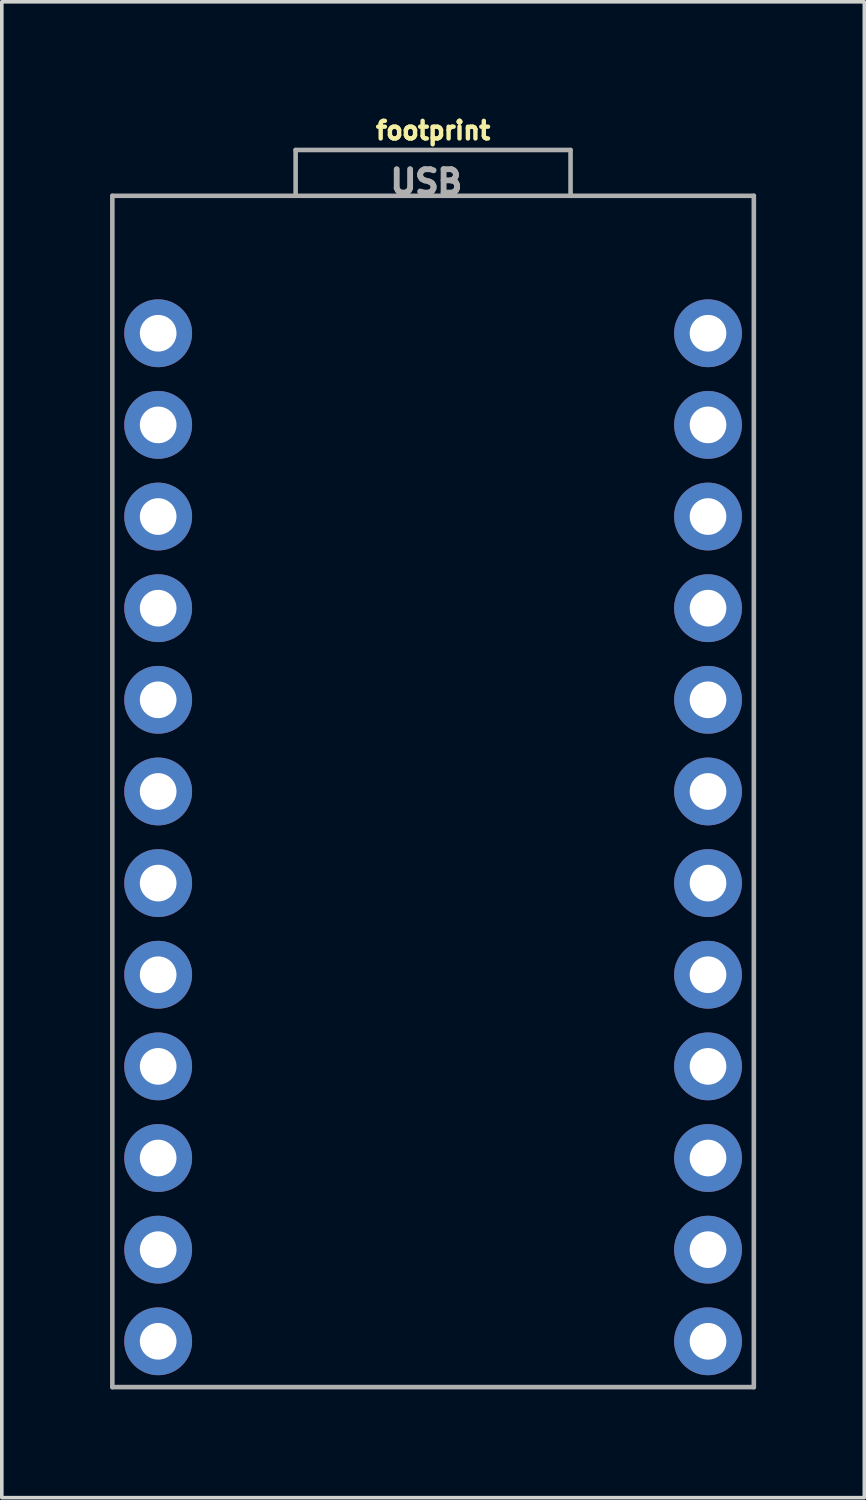
<source format=kicad_pcb>
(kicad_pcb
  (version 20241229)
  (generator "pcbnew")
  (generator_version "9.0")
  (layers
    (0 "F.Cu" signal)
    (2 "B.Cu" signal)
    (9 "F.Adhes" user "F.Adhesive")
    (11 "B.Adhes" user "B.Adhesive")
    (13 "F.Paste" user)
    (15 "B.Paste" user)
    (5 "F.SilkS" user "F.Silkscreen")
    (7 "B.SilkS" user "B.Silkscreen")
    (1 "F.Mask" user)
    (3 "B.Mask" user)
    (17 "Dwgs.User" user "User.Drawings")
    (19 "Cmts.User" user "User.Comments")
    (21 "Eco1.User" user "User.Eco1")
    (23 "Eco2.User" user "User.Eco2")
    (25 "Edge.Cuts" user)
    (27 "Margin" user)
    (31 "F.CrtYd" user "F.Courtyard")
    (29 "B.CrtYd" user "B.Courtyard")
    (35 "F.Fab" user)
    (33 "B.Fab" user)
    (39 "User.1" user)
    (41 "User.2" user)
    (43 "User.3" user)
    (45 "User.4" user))
  (footprint "footprint"
    (layer "F.Cu")
    (at 8.954 18.887)
    (property "Reference" "footprint" (at 0 -18.034 0) (layer "F.SilkS") (effects (font (size 0.488 0.488) (thickness 0.122)) (justify bottom)))
    (fp_line (start -8.89 -16.51) (end -8.89 16.51) (stroke (width 0.127) (type solid)) (layer "F.Fab"))
    (fp_line (start -8.89 16.51) (end 8.89 16.51) (stroke (width 0.127) (type solid)) (layer "F.Fab"))
    (fp_line (start -3.81 -17.78) (end 3.81 -17.78) (stroke (width 0.127) (type solid)) (layer "F.Fab"))
    (fp_line (start -3.81 -16.51) (end -3.81 -17.78) (stroke (width 0.127) (type solid)) (layer "F.Fab"))
    (fp_line (start 3.81 -17.78) (end 3.81 -16.51) (stroke (width 0.127) (type solid)) (layer "F.Fab"))
    (fp_line (start 8.89 -16.51) (end -8.89 -16.51) (stroke (width 0.127) (type solid)) (layer "F.Fab"))
    (fp_line (start 8.89 16.51) (end 8.89 -16.51) (stroke (width 0.127) (type solid)) (layer "F.Fab"))
    (fp_text user "USB" (at -1.27 -16.51 0) (layer "F.Fab") (effects (font (size 0.65 0.65) (thickness 0.163)) (justify left bottom)))
    (pad "1" thru_hole circle (at -7.62 -12.7) (size 1.88 1.88) (drill 1.016) (layers "*.Cu" "*.Mask"))
    (pad "2" thru_hole circle (at -7.62 -10.16) (size 1.88 1.88) (drill 1.016) (layers "*.Cu" "*.Mask"))
    (pad "3" thru_hole circle (at -7.62 -7.62) (size 1.88 1.88) (drill 1.016) (layers "*.Cu" "*.Mask"))
    (pad "4" thru_hole circle (at -7.62 -5.08) (size 1.88 1.88) (drill 1.016) (layers "*.Cu" "*.Mask"))
    (pad "5" thru_hole circle (at -7.62 -2.54) (size 1.88 1.88) (drill 1.016) (layers "*.Cu" "*.Mask"))
    (pad "6" thru_hole circle (at -7.62 0) (size 1.88 1.88) (drill 1.016) (layers "*.Cu" "*.Mask"))
    (pad "7" thru_hole circle (at -7.62 2.54) (size 1.88 1.88) (drill 1.016) (layers "*.Cu" "*.Mask"))
    (pad "8" thru_hole circle (at -7.62 5.08) (size 1.88 1.88) (drill 1.016) (layers "*.Cu" "*.Mask"))
    (pad "9" thru_hole circle (at -7.62 7.62) (size 1.88 1.88) (drill 1.016) (layers "*.Cu" "*.Mask"))
    (pad "10" thru_hole circle (at -7.62 10.16) (size 1.88 1.88) (drill 1.016) (layers "*.Cu" "*.Mask"))
    (pad "11" thru_hole circle (at -7.62 12.7) (size 1.88 1.88) (drill 1.016) (layers "*.Cu" "*.Mask"))
    (pad "12" thru_hole circle (at -7.62 15.24) (size 1.88 1.88) (drill 1.016) (layers "*.Cu" "*.Mask"))
    (pad "13" thru_hole circle (at 7.62 15.24) (size 1.88 1.88) (drill 1.016) (layers "*.Cu" "*.Mask"))
    (pad "14" thru_hole circle (at 7.62 12.7) (size 1.88 1.88) (drill 1.016) (layers "*.Cu" "*.Mask"))
    (pad "15" thru_hole circle (at 7.62 10.16) (size 1.88 1.88) (drill 1.016) (layers "*.Cu" "*.Mask"))
    (pad "16" thru_hole circle (at 7.62 7.62) (size 1.88 1.88) (drill 1.016) (layers "*.Cu" "*.Mask"))
    (pad "17" thru_hole circle (at 7.62 5.08) (size 1.88 1.88) (drill 1.016) (layers "*.Cu" "*.Mask"))
    (pad "18" thru_hole circle (at 7.62 2.54) (size 1.88 1.88) (drill 1.016) (layers "*.Cu" "*.Mask"))
    (pad "19" thru_hole circle (at 7.62 0) (size 1.88 1.88) (drill 1.016) (layers "*.Cu" "*.Mask"))
    (pad "20" thru_hole circle (at 7.62 -2.54) (size 1.88 1.88) (drill 1.016) (layers "*.Cu" "*.Mask"))
    (pad "21" thru_hole circle (at 7.62 -5.08) (size 1.88 1.88) (drill 1.016) (layers "*.Cu" "*.Mask"))
    (pad "22" thru_hole circle (at 7.62 -7.62) (size 1.88 1.88) (drill 1.016) (layers "*.Cu" "*.Mask"))
    (pad "23" thru_hole circle (at 7.62 -10.16) (size 1.88 1.88) (drill 1.016) (layers "*.Cu" "*.Mask"))
    (pad "24" thru_hole circle (at 7.62 -12.7) (size 1.88 1.88) (drill 1.016) (layers "*.Cu" "*.Mask")))
  (gr_rect
    (start -3 -3)
    (end 20.907 38.461)
    (stroke (width 0.1) (type default))
    (fill no)
    (layer "Edge.Cuts")))
</source>
